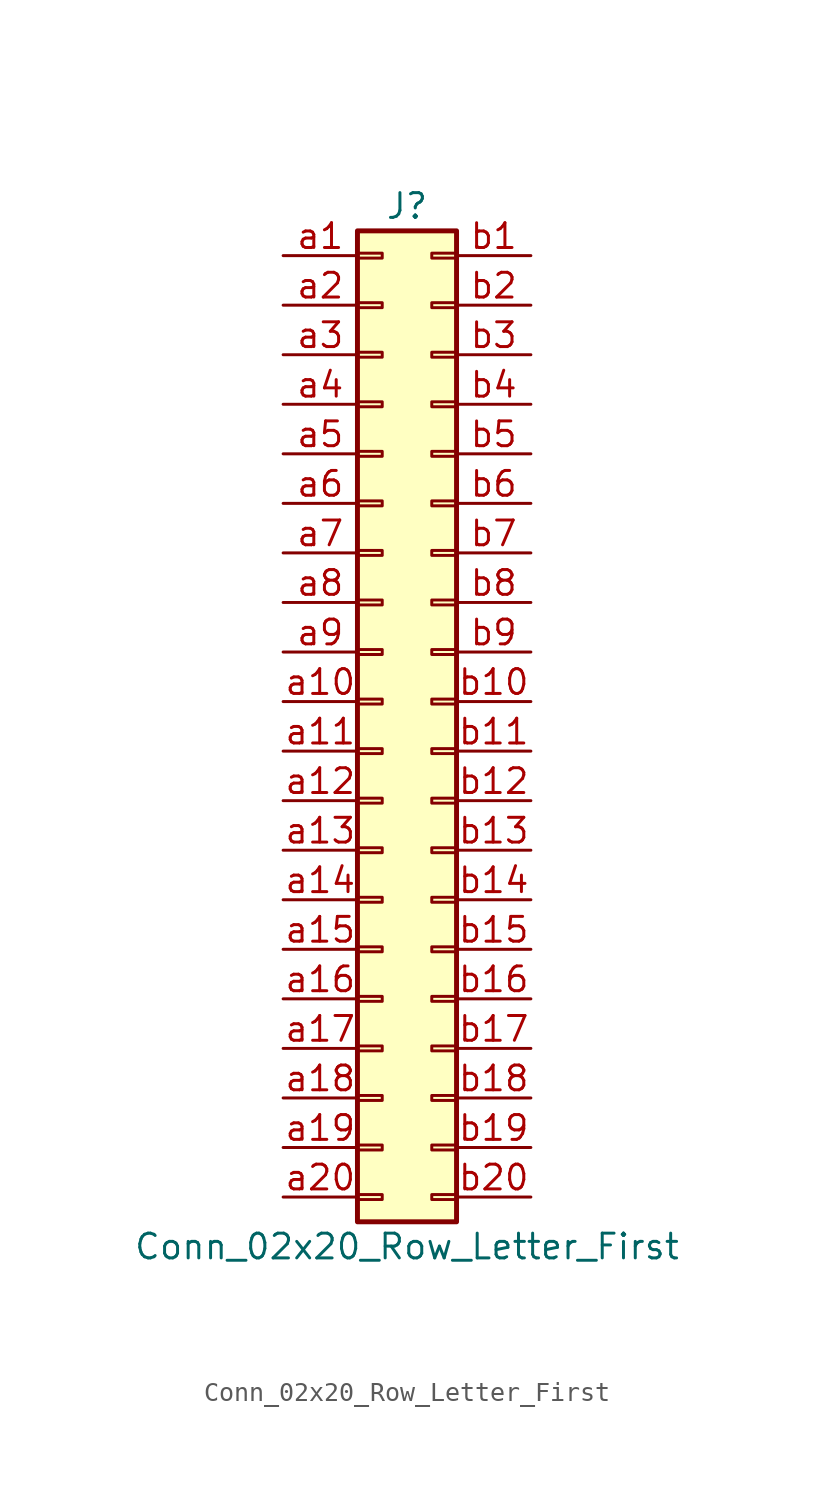
<source format=kicad_sym>
(kicad_symbol_lib
  (version 20201005)
  (generator kicad_symbol_editor)
  (symbol "Conn_02x20_Row_Letter_First"
    (pin_names
      (offset 1.016) hide)
    (property "Reference" "J"
      (at 1.27 25.4 0)
      (effects (font (size 1.27 1.27))))
    (property "Value" "Conn_02x20_Row_Letter_First"
      (at 1.27 -27.94 0)
      (effects (font (size 1.27 1.27))))
    (symbol "Conn_02x20_Row_Letter_First_1_1"
      (rectangle (start -1.27 -25.273) (end 0 -25.527) (stroke (width 0.152)) (fill (type none)))
      (rectangle (start -1.27 -22.733) (end 0 -22.987) (stroke (width 0.152)) (fill (type none)))
      (rectangle (start -1.27 -20.193) (end 0 -20.447) (stroke (width 0.152)) (fill (type none)))
      (rectangle (start -1.27 -17.653) (end 0 -17.907) (stroke (width 0.152)) (fill (type none)))
      (rectangle (start -1.27 -15.113) (end 0 -15.367) (stroke (width 0.152)) (fill (type none)))
      (rectangle (start -1.27 -12.573) (end 0 -12.827) (stroke (width 0.152)) (fill (type none)))
      (rectangle (start -1.27 -10.033) (end 0 -10.287) (stroke (width 0.152)) (fill (type none)))
      (rectangle (start -1.27 -7.493) (end 0 -7.747) (stroke (width 0.152)) (fill (type none)))
      (rectangle (start -1.27 -4.953) (end 0 -5.207) (stroke (width 0.152)) (fill (type none)))
      (rectangle (start -1.27 -2.413) (end 0 -2.667) (stroke (width 0.152)) (fill (type none)))
      (rectangle (start -1.27 0.127) (end 0 -0.127) (stroke (width 0.152)) (fill (type none)))
      (rectangle (start -1.27 2.667) (end 0 2.413) (stroke (width 0.152)) (fill (type none)))
      (rectangle (start -1.27 5.207) (end 0 4.953) (stroke (width 0.152)) (fill (type none)))
      (rectangle (start -1.27 7.747) (end 0 7.493) (stroke (width 0.152)) (fill (type none)))
      (rectangle (start -1.27 10.287) (end 0 10.033) (stroke (width 0.152)) (fill (type none)))
      (rectangle (start -1.27 12.827) (end 0 12.573) (stroke (width 0.152)) (fill (type none)))
      (rectangle (start -1.27 15.367) (end 0 15.113) (stroke (width 0.152)) (fill (type none)))
      (rectangle (start -1.27 17.907) (end 0 17.653) (stroke (width 0.152)) (fill (type none)))
      (rectangle (start -1.27 20.447) (end 0 20.193) (stroke (width 0.152)) (fill (type none)))
      (rectangle (start -1.27 22.987) (end 0 22.733) (stroke (width 0.152)) (fill (type none)))
      (rectangle (start 3.81 -25.273) (end 2.54 -25.527) (stroke (width 0.152)) (fill (type none)))
      (rectangle (start 3.81 -22.733) (end 2.54 -22.987) (stroke (width 0.152)) (fill (type none)))
      (rectangle (start 3.81 -20.193) (end 2.54 -20.447) (stroke (width 0.152)) (fill (type none)))
      (rectangle (start 3.81 -17.653) (end 2.54 -17.907) (stroke (width 0.152)) (fill (type none)))
      (rectangle (start 3.81 -15.113) (end 2.54 -15.367) (stroke (width 0.152)) (fill (type none)))
      (rectangle (start 3.81 -12.573) (end 2.54 -12.827) (stroke (width 0.152)) (fill (type none)))
      (rectangle (start 3.81 -10.033) (end 2.54 -10.287) (stroke (width 0.152)) (fill (type none)))
      (rectangle (start 3.81 -7.493) (end 2.54 -7.747) (stroke (width 0.152)) (fill (type none)))
      (rectangle (start 3.81 -4.953) (end 2.54 -5.207) (stroke (width 0.152)) (fill (type none)))
      (rectangle (start 3.81 -2.413) (end 2.54 -2.667) (stroke (width 0.152)) (fill (type none)))
      (rectangle (start 3.81 0.127) (end 2.54 -0.127) (stroke (width 0.152)) (fill (type none)))
      (rectangle (start 3.81 2.667) (end 2.54 2.413) (stroke (width 0.152)) (fill (type none)))
      (rectangle (start 3.81 5.207) (end 2.54 4.953) (stroke (width 0.152)) (fill (type none)))
      (rectangle (start 3.81 7.747) (end 2.54 7.493) (stroke (width 0.152)) (fill (type none)))
      (rectangle (start 3.81 10.287) (end 2.54 10.033) (stroke (width 0.152)) (fill (type none)))
      (rectangle (start 3.81 12.827) (end 2.54 12.573) (stroke (width 0.152)) (fill (type none)))
      (rectangle (start 3.81 15.367) (end 2.54 15.113) (stroke (width 0.152)) (fill (type none)))
      (rectangle (start 3.81 17.907) (end 2.54 17.653) (stroke (width 0.152)) (fill (type none)))
      (rectangle (start 3.81 20.447) (end 2.54 20.193) (stroke (width 0.152)) (fill (type none)))
      (rectangle (start 3.81 22.987) (end 2.54 22.733) (stroke (width 0.152)) (fill (type none)))
      (rectangle (start -1.27 24.13) (end 3.81 -26.67) (stroke (width 0.254)) (fill (type background)))
      (pin passive line (at -5.08 22.86 0) (length 3.81) (name "Pin_a1" (effects (font (size 1.27 1.27)))) (number "a1" (effects (font (size 1.27 1.27)))))
      (pin passive line (at -5.08 0 0) (length 3.81) (name "Pin_a10" (effects (font (size 1.27 1.27)))) (number "a10" (effects (font (size 1.27 1.27)))))
      (pin passive line (at -5.08 -2.54 0) (length 3.81) (name "Pin_a11" (effects (font (size 1.27 1.27)))) (number "a11" (effects (font (size 1.27 1.27)))))
      (pin passive line (at -5.08 -5.08 0) (length 3.81) (name "Pin_a12" (effects (font (size 1.27 1.27)))) (number "a12" (effects (font (size 1.27 1.27)))))
      (pin passive line (at -5.08 -7.62 0) (length 3.81) (name "Pin_a13" (effects (font (size 1.27 1.27)))) (number "a13" (effects (font (size 1.27 1.27)))))
      (pin passive line (at -5.08 -10.16 0) (length 3.81) (name "Pin_a14" (effects (font (size 1.27 1.27)))) (number "a14" (effects (font (size 1.27 1.27)))))
      (pin passive line (at -5.08 -12.7 0) (length 3.81) (name "Pin_a15" (effects (font (size 1.27 1.27)))) (number "a15" (effects (font (size 1.27 1.27)))))
      (pin passive line (at -5.08 -15.24 0) (length 3.81) (name "Pin_a16" (effects (font (size 1.27 1.27)))) (number "a16" (effects (font (size 1.27 1.27)))))
      (pin passive line (at -5.08 -17.78 0) (length 3.81) (name "Pin_a17" (effects (font (size 1.27 1.27)))) (number "a17" (effects (font (size 1.27 1.27)))))
      (pin passive line (at -5.08 -20.32 0) (length 3.81) (name "Pin_a18" (effects (font (size 1.27 1.27)))) (number "a18" (effects (font (size 1.27 1.27)))))
      (pin passive line (at -5.08 -22.86 0) (length 3.81) (name "Pin_a19" (effects (font (size 1.27 1.27)))) (number "a19" (effects (font (size 1.27 1.27)))))
      (pin passive line (at -5.08 20.32 0) (length 3.81) (name "Pin_a2" (effects (font (size 1.27 1.27)))) (number "a2" (effects (font (size 1.27 1.27)))))
      (pin passive line (at -5.08 -25.4 0) (length 3.81) (name "Pin_a20" (effects (font (size 1.27 1.27)))) (number "a20" (effects (font (size 1.27 1.27)))))
      (pin passive line (at -5.08 17.78 0) (length 3.81) (name "Pin_a3" (effects (font (size 1.27 1.27)))) (number "a3" (effects (font (size 1.27 1.27)))))
      (pin passive line (at -5.08 15.24 0) (length 3.81) (name "Pin_a4" (effects (font (size 1.27 1.27)))) (number "a4" (effects (font (size 1.27 1.27)))))
      (pin passive line (at -5.08 12.7 0) (length 3.81) (name "Pin_a5" (effects (font (size 1.27 1.27)))) (number "a5" (effects (font (size 1.27 1.27)))))
      (pin passive line (at -5.08 10.16 0) (length 3.81) (name "Pin_a6" (effects (font (size 1.27 1.27)))) (number "a6" (effects (font (size 1.27 1.27)))))
      (pin passive line (at -5.08 7.62 0) (length 3.81) (name "Pin_a7" (effects (font (size 1.27 1.27)))) (number "a7" (effects (font (size 1.27 1.27)))))
      (pin passive line (at -5.08 5.08 0) (length 3.81) (name "Pin_a8" (effects (font (size 1.27 1.27)))) (number "a8" (effects (font (size 1.27 1.27)))))
      (pin passive line (at -5.08 2.54 0) (length 3.81) (name "Pin_a9" (effects (font (size 1.27 1.27)))) (number "a9" (effects (font (size 1.27 1.27)))))
      (pin passive line (at 7.62 22.86 180) (length 3.81) (name "Pin_b1" (effects (font (size 1.27 1.27)))) (number "b1" (effects (font (size 1.27 1.27)))))
      (pin passive line (at 7.62 0 180) (length 3.81) (name "Pin_b10" (effects (font (size 1.27 1.27)))) (number "b10" (effects (font (size 1.27 1.27)))))
      (pin passive line (at 7.62 -2.54 180) (length 3.81) (name "Pin_b11" (effects (font (size 1.27 1.27)))) (number "b11" (effects (font (size 1.27 1.27)))))
      (pin passive line (at 7.62 -5.08 180) (length 3.81) (name "Pin_b12" (effects (font (size 1.27 1.27)))) (number "b12" (effects (font (size 1.27 1.27)))))
      (pin passive line (at 7.62 -7.62 180) (length 3.81) (name "Pin_b13" (effects (font (size 1.27 1.27)))) (number "b13" (effects (font (size 1.27 1.27)))))
      (pin passive line (at 7.62 -10.16 180) (length 3.81) (name "Pin_b14" (effects (font (size 1.27 1.27)))) (number "b14" (effects (font (size 1.27 1.27)))))
      (pin passive line (at 7.62 -12.7 180) (length 3.81) (name "Pin_b15" (effects (font (size 1.27 1.27)))) (number "b15" (effects (font (size 1.27 1.27)))))
      (pin passive line (at 7.62 -15.24 180) (length 3.81) (name "Pin_b16" (effects (font (size 1.27 1.27)))) (number "b16" (effects (font (size 1.27 1.27)))))
      (pin passive line (at 7.62 -17.78 180) (length 3.81) (name "Pin_b17" (effects (font (size 1.27 1.27)))) (number "b17" (effects (font (size 1.27 1.27)))))
      (pin passive line (at 7.62 -20.32 180) (length 3.81) (name "Pin_b18" (effects (font (size 1.27 1.27)))) (number "b18" (effects (font (size 1.27 1.27)))))
      (pin passive line (at 7.62 -22.86 180) (length 3.81) (name "Pin_b19" (effects (font (size 1.27 1.27)))) (number "b19" (effects (font (size 1.27 1.27)))))
      (pin passive line (at 7.62 20.32 180) (length 3.81) (name "Pin_b2" (effects (font (size 1.27 1.27)))) (number "b2" (effects (font (size 1.27 1.27)))))
      (pin passive line (at 7.62 -25.4 180) (length 3.81) (name "Pin_b20" (effects (font (size 1.27 1.27)))) (number "b20" (effects (font (size 1.27 1.27)))))
      (pin passive line (at 7.62 17.78 180) (length 3.81) (name "Pin_b3" (effects (font (size 1.27 1.27)))) (number "b3" (effects (font (size 1.27 1.27)))))
      (pin passive line (at 7.62 15.24 180) (length 3.81) (name "Pin_b4" (effects (font (size 1.27 1.27)))) (number "b4" (effects (font (size 1.27 1.27)))))
      (pin passive line (at 7.62 12.7 180) (length 3.81) (name "Pin_b5" (effects (font (size 1.27 1.27)))) (number "b5" (effects (font (size 1.27 1.27)))))
      (pin passive line (at 7.62 10.16 180) (length 3.81) (name "Pin_b6" (effects (font (size 1.27 1.27)))) (number "b6" (effects (font (size 1.27 1.27)))))
      (pin passive line (at 7.62 7.62 180) (length 3.81) (name "Pin_b7" (effects (font (size 1.27 1.27)))) (number "b7" (effects (font (size 1.27 1.27)))))
      (pin passive line (at 7.62 5.08 180) (length 3.81) (name "Pin_b8" (effects (font (size 1.27 1.27)))) (number "b8" (effects (font (size 1.27 1.27)))))
      (pin passive line (at 7.62 2.54 180) (length 3.81) (name "Pin_b9" (effects (font (size 1.27 1.27)))) (number "b9" (effects (font (size 1.27 1.27))))))))
</source>
